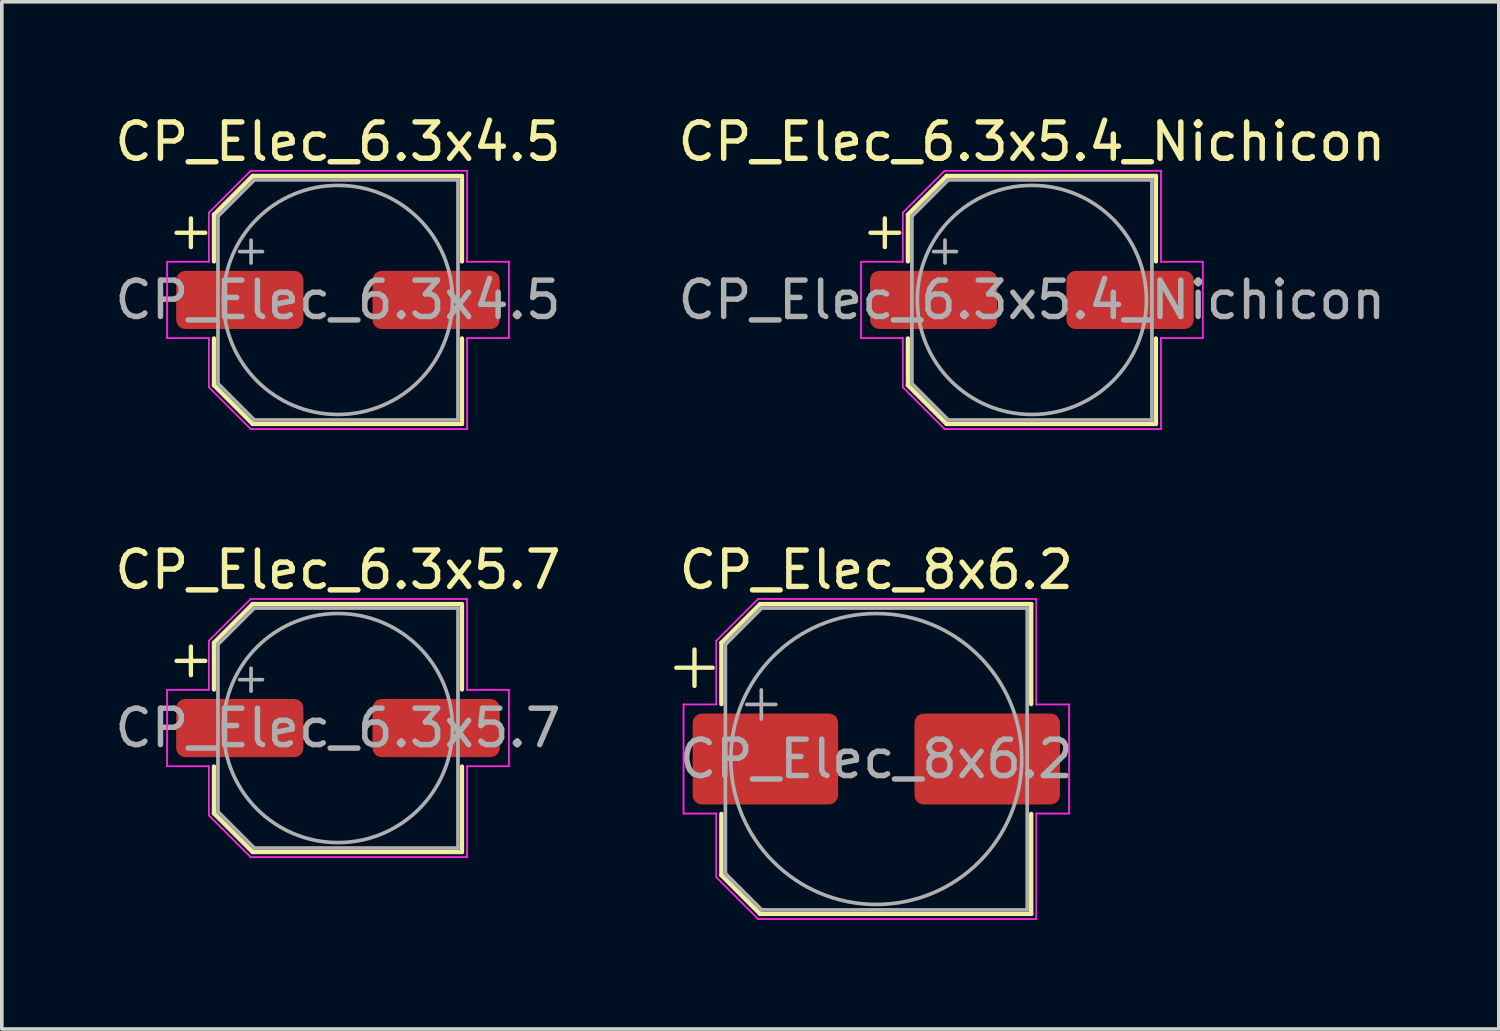
<source format=kicad_pcb>
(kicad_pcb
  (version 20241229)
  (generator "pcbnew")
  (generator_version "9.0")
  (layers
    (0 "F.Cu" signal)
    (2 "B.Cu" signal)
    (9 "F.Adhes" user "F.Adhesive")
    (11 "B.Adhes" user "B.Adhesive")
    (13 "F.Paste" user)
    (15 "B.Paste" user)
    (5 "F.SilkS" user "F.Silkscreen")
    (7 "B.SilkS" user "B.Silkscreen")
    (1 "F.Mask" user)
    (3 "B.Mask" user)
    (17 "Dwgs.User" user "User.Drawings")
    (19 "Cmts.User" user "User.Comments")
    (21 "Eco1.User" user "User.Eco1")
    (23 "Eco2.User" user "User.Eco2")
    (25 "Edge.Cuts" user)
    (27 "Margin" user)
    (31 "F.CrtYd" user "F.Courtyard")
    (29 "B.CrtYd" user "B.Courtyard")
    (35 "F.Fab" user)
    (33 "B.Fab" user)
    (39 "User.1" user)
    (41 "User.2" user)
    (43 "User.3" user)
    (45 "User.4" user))
  (footprint "CP_Elec_6.3x4.5"
    (layer "F.Cu")
    (at 6.244 5.198)
    (property "Reference" "CP_Elec_6.3x4.5" (at 0 -4.35 0) (layer "F.SilkS") (effects (font (size 1 1) (thickness 0.15))))
    (attr smd)
    (fp_line (start -4.438 -1.847) (end -3.65 -1.847) (stroke (width 0.12) (type solid)) (layer "F.SilkS"))
    (fp_line (start -4.044 -2.241) (end -4.044 -1.454) (stroke (width 0.12) (type solid)) (layer "F.SilkS"))
    (fp_line (start -3.41 -2.346) (end -3.41 -1.06) (stroke (width 0.12) (type solid)) (layer "F.SilkS"))
    (fp_line (start -3.41 -2.346) (end -2.346 -3.41) (stroke (width 0.12) (type solid)) (layer "F.SilkS"))
    (fp_line (start -3.41 2.346) (end -3.41 1.06) (stroke (width 0.12) (type solid)) (layer "F.SilkS"))
    (fp_line (start -3.41 2.346) (end -2.346 3.41) (stroke (width 0.12) (type solid)) (layer "F.SilkS"))
    (fp_line (start -2.346 -3.41) (end 3.41 -3.41) (stroke (width 0.12) (type solid)) (layer "F.SilkS"))
    (fp_line (start -2.346 3.41) (end 3.41 3.41) (stroke (width 0.12) (type solid)) (layer "F.SilkS"))
    (fp_line (start 3.41 -3.41) (end 3.41 -1.06) (stroke (width 0.12) (type solid)) (layer "F.SilkS"))
    (fp_line (start 3.41 3.41) (end 3.41 1.06) (stroke (width 0.12) (type solid)) (layer "F.SilkS"))
    (fp_line (start -4.7 -1.05) (end -4.7 1.05) (stroke (width 0.05) (type solid)) (layer "F.CrtYd"))
    (fp_line (start -4.7 1.05) (end -3.55 1.05) (stroke (width 0.05) (type solid)) (layer "F.CrtYd"))
    (fp_line (start -3.55 -2.4) (end -3.55 -1.05) (stroke (width 0.05) (type solid)) (layer "F.CrtYd"))
    (fp_line (start -3.55 -2.4) (end -2.4 -3.55) (stroke (width 0.05) (type solid)) (layer "F.CrtYd"))
    (fp_line (start -3.55 -1.05) (end -4.7 -1.05) (stroke (width 0.05) (type solid)) (layer "F.CrtYd"))
    (fp_line (start -3.55 1.05) (end -3.55 2.4) (stroke (width 0.05) (type solid)) (layer "F.CrtYd"))
    (fp_line (start -3.55 2.4) (end -2.4 3.55) (stroke (width 0.05) (type solid)) (layer "F.CrtYd"))
    (fp_line (start -2.4 -3.55) (end 3.55 -3.55) (stroke (width 0.05) (type solid)) (layer "F.CrtYd"))
    (fp_line (start -2.4 3.55) (end 3.55 3.55) (stroke (width 0.05) (type solid)) (layer "F.CrtYd"))
    (fp_line (start 3.55 -3.55) (end 3.55 -1.05) (stroke (width 0.05) (type solid)) (layer "F.CrtYd"))
    (fp_line (start 3.55 -1.05) (end 4.7 -1.05) (stroke (width 0.05) (type solid)) (layer "F.CrtYd"))
    (fp_line (start 3.55 1.05) (end 3.55 3.55) (stroke (width 0.05) (type solid)) (layer "F.CrtYd"))
    (fp_line (start 4.7 -1.05) (end 4.7 1.05) (stroke (width 0.05) (type solid)) (layer "F.CrtYd"))
    (fp_line (start 4.7 1.05) (end 3.55 1.05) (stroke (width 0.05) (type solid)) (layer "F.CrtYd"))
    (fp_line (start -3.3 -2.3) (end -3.3 2.3) (stroke (width 0.1) (type solid)) (layer "F.Fab"))
    (fp_line (start -3.3 -2.3) (end -2.3 -3.3) (stroke (width 0.1) (type solid)) (layer "F.Fab"))
    (fp_line (start -3.3 2.3) (end -2.3 3.3) (stroke (width 0.1) (type solid)) (layer "F.Fab"))
    (fp_line (start -2.705 -1.33) (end -2.075 -1.33) (stroke (width 0.1) (type solid)) (layer "F.Fab"))
    (fp_line (start -2.39 -1.645) (end -2.39 -1.015) (stroke (width 0.1) (type solid)) (layer "F.Fab"))
    (fp_line (start -2.3 -3.3) (end 3.3 -3.3) (stroke (width 0.1) (type solid)) (layer "F.Fab"))
    (fp_line (start -2.3 3.3) (end 3.3 3.3) (stroke (width 0.1) (type solid)) (layer "F.Fab"))
    (fp_line (start 3.3 -3.3) (end 3.3 3.3) (stroke (width 0.1) (type solid)) (layer "F.Fab"))
    (fp_circle (center 0 0) (end 3.15 0) (stroke (width 0.1) (type solid)) (fill no) (layer "F.Fab"))
    (fp_text user "${REFERENCE}" (at 0 0 0) (layer "F.Fab") (effects (font (size 1 1) (thickness 0.15))))
    (pad "1" smd roundrect (at -2.7 0) (size 3.5 1.6) (layers "F.Cu" "F.Mask" "F.Paste") (roundrect_rratio 0.156))
    (pad "2" smd roundrect (at 2.7 0) (size 3.5 1.6) (layers "F.Cu" "F.Mask" "F.Paste") (roundrect_rratio 0.156)))
  (footprint "CP_Elec_6.3x5.4_Nichicon"
    (layer "F.Cu")
    (at 25.327 5.198)
    (property "Reference" "CP_Elec_6.3x5.4_Nichicon" (at 0 -4.35 0) (layer "F.SilkS") (effects (font (size 1 1) (thickness 0.15))))
    (attr smd)
    (fp_line (start -4.438 -1.847) (end -3.65 -1.847) (stroke (width 0.12) (type solid)) (layer "F.SilkS"))
    (fp_line (start -4.044 -2.241) (end -4.044 -1.454) (stroke (width 0.12) (type solid)) (layer "F.SilkS"))
    (fp_line (start -3.41 -2.346) (end -3.41 -1.06) (stroke (width 0.12) (type solid)) (layer "F.SilkS"))
    (fp_line (start -3.41 -2.346) (end -2.346 -3.41) (stroke (width 0.12) (type solid)) (layer "F.SilkS"))
    (fp_line (start -3.41 2.346) (end -3.41 1.06) (stroke (width 0.12) (type solid)) (layer "F.SilkS"))
    (fp_line (start -3.41 2.346) (end -2.346 3.41) (stroke (width 0.12) (type solid)) (layer "F.SilkS"))
    (fp_line (start -2.346 -3.41) (end 3.41 -3.41) (stroke (width 0.12) (type solid)) (layer "F.SilkS"))
    (fp_line (start -2.346 3.41) (end 3.41 3.41) (stroke (width 0.12) (type solid)) (layer "F.SilkS"))
    (fp_line (start 3.41 -3.41) (end 3.41 -1.06) (stroke (width 0.12) (type solid)) (layer "F.SilkS"))
    (fp_line (start 3.41 3.41) (end 3.41 1.06) (stroke (width 0.12) (type solid)) (layer "F.SilkS"))
    (fp_line (start -4.7 -1.05) (end -4.7 1.05) (stroke (width 0.05) (type solid)) (layer "F.CrtYd"))
    (fp_line (start -4.7 1.05) (end -3.55 1.05) (stroke (width 0.05) (type solid)) (layer "F.CrtYd"))
    (fp_line (start -3.55 -2.4) (end -3.55 -1.05) (stroke (width 0.05) (type solid)) (layer "F.CrtYd"))
    (fp_line (start -3.55 -2.4) (end -2.4 -3.55) (stroke (width 0.05) (type solid)) (layer "F.CrtYd"))
    (fp_line (start -3.55 -1.05) (end -4.7 -1.05) (stroke (width 0.05) (type solid)) (layer "F.CrtYd"))
    (fp_line (start -3.55 1.05) (end -3.55 2.4) (stroke (width 0.05) (type solid)) (layer "F.CrtYd"))
    (fp_line (start -3.55 2.4) (end -2.4 3.55) (stroke (width 0.05) (type solid)) (layer "F.CrtYd"))
    (fp_line (start -2.4 -3.55) (end 3.55 -3.55) (stroke (width 0.05) (type solid)) (layer "F.CrtYd"))
    (fp_line (start -2.4 3.55) (end 3.55 3.55) (stroke (width 0.05) (type solid)) (layer "F.CrtYd"))
    (fp_line (start 3.55 -3.55) (end 3.55 -1.05) (stroke (width 0.05) (type solid)) (layer "F.CrtYd"))
    (fp_line (start 3.55 -1.05) (end 4.7 -1.05) (stroke (width 0.05) (type solid)) (layer "F.CrtYd"))
    (fp_line (start 3.55 1.05) (end 3.55 3.55) (stroke (width 0.05) (type solid)) (layer "F.CrtYd"))
    (fp_line (start 4.7 -1.05) (end 4.7 1.05) (stroke (width 0.05) (type solid)) (layer "F.CrtYd"))
    (fp_line (start 4.7 1.05) (end 3.55 1.05) (stroke (width 0.05) (type solid)) (layer "F.CrtYd"))
    (fp_line (start -3.3 -2.3) (end -3.3 2.3) (stroke (width 0.1) (type solid)) (layer "F.Fab"))
    (fp_line (start -3.3 -2.3) (end -2.3 -3.3) (stroke (width 0.1) (type solid)) (layer "F.Fab"))
    (fp_line (start -3.3 2.3) (end -2.3 3.3) (stroke (width 0.1) (type solid)) (layer "F.Fab"))
    (fp_line (start -2.705 -1.33) (end -2.075 -1.33) (stroke (width 0.1) (type solid)) (layer "F.Fab"))
    (fp_line (start -2.39 -1.645) (end -2.39 -1.015) (stroke (width 0.1) (type solid)) (layer "F.Fab"))
    (fp_line (start -2.3 -3.3) (end 3.3 -3.3) (stroke (width 0.1) (type solid)) (layer "F.Fab"))
    (fp_line (start -2.3 3.3) (end 3.3 3.3) (stroke (width 0.1) (type solid)) (layer "F.Fab"))
    (fp_line (start 3.3 -3.3) (end 3.3 3.3) (stroke (width 0.1) (type solid)) (layer "F.Fab"))
    (fp_circle (center 0 0) (end 3.15 0) (stroke (width 0.1) (type solid)) (fill no) (layer "F.Fab"))
    (fp_text user "${REFERENCE}" (at 0 0 0) (layer "F.Fab") (effects (font (size 1 1) (thickness 0.15))))
    (pad "1" smd roundrect (at -2.7 0) (size 3.5 1.6) (layers "F.Cu" "F.Mask" "F.Paste") (roundrect_rratio 0.156))
    (pad "2" smd roundrect (at 2.7 0) (size 3.5 1.6) (layers "F.Cu" "F.Mask" "F.Paste") (roundrect_rratio 0.156)))
  (footprint "CP_Elec_8x6.2"
    (layer "F.Cu")
    (at 21.048 17.822)
    (property "Reference" "CP_Elec_8x6.2" (at 0 -5.2 0) (layer "F.SilkS") (effects (font (size 1 1) (thickness 0.15))))
    (attr smd)
    (fp_line (start -5.5 -2.51) (end -4.5 -2.51) (stroke (width 0.12) (type solid)) (layer "F.SilkS"))
    (fp_line (start -5 -3.01) (end -5 -2.01) (stroke (width 0.12) (type solid)) (layer "F.SilkS"))
    (fp_line (start -4.26 -3.196) (end -4.26 -1.51) (stroke (width 0.12) (type solid)) (layer "F.SilkS"))
    (fp_line (start -4.26 -3.196) (end -3.196 -4.26) (stroke (width 0.12) (type solid)) (layer "F.SilkS"))
    (fp_line (start -4.26 3.196) (end -4.26 1.51) (stroke (width 0.12) (type solid)) (layer "F.SilkS"))
    (fp_line (start -4.26 3.196) (end -3.196 4.26) (stroke (width 0.12) (type solid)) (layer "F.SilkS"))
    (fp_line (start -3.196 -4.26) (end 4.26 -4.26) (stroke (width 0.12) (type solid)) (layer "F.SilkS"))
    (fp_line (start -3.196 4.26) (end 4.26 4.26) (stroke (width 0.12) (type solid)) (layer "F.SilkS"))
    (fp_line (start 4.26 -4.26) (end 4.26 -1.51) (stroke (width 0.12) (type solid)) (layer "F.SilkS"))
    (fp_line (start 4.26 4.26) (end 4.26 1.51) (stroke (width 0.12) (type solid)) (layer "F.SilkS"))
    (fp_line (start -5.3 -1.5) (end -5.3 1.5) (stroke (width 0.05) (type solid)) (layer "F.CrtYd"))
    (fp_line (start -5.3 1.5) (end -4.4 1.5) (stroke (width 0.05) (type solid)) (layer "F.CrtYd"))
    (fp_line (start -4.4 -3.25) (end -4.4 -1.5) (stroke (width 0.05) (type solid)) (layer "F.CrtYd"))
    (fp_line (start -4.4 -3.25) (end -3.25 -4.4) (stroke (width 0.05) (type solid)) (layer "F.CrtYd"))
    (fp_line (start -4.4 -1.5) (end -5.3 -1.5) (stroke (width 0.05) (type solid)) (layer "F.CrtYd"))
    (fp_line (start -4.4 1.5) (end -4.4 3.25) (stroke (width 0.05) (type solid)) (layer "F.CrtYd"))
    (fp_line (start -4.4 3.25) (end -3.25 4.4) (stroke (width 0.05) (type solid)) (layer "F.CrtYd"))
    (fp_line (start -3.25 -4.4) (end 4.4 -4.4) (stroke (width 0.05) (type solid)) (layer "F.CrtYd"))
    (fp_line (start -3.25 4.4) (end 4.4 4.4) (stroke (width 0.05) (type solid)) (layer "F.CrtYd"))
    (fp_line (start 4.4 -4.4) (end 4.4 -1.5) (stroke (width 0.05) (type solid)) (layer "F.CrtYd"))
    (fp_line (start 4.4 -1.5) (end 5.3 -1.5) (stroke (width 0.05) (type solid)) (layer "F.CrtYd"))
    (fp_line (start 4.4 1.5) (end 4.4 4.4) (stroke (width 0.05) (type solid)) (layer "F.CrtYd"))
    (fp_line (start 5.3 -1.5) (end 5.3 1.5) (stroke (width 0.05) (type solid)) (layer "F.CrtYd"))
    (fp_line (start 5.3 1.5) (end 4.4 1.5) (stroke (width 0.05) (type solid)) (layer "F.CrtYd"))
    (fp_line (start -4.15 -3.15) (end -4.15 3.15) (stroke (width 0.1) (type solid)) (layer "F.Fab"))
    (fp_line (start -4.15 -3.15) (end -3.15 -4.15) (stroke (width 0.1) (type solid)) (layer "F.Fab"))
    (fp_line (start -4.15 3.15) (end -3.15 4.15) (stroke (width 0.1) (type solid)) (layer "F.Fab"))
    (fp_line (start -3.562 -1.5) (end -2.762 -1.5) (stroke (width 0.1) (type solid)) (layer "F.Fab"))
    (fp_line (start -3.162 -1.9) (end -3.162 -1.1) (stroke (width 0.1) (type solid)) (layer "F.Fab"))
    (fp_line (start -3.15 -4.15) (end 4.15 -4.15) (stroke (width 0.1) (type solid)) (layer "F.Fab"))
    (fp_line (start -3.15 4.15) (end 4.15 4.15) (stroke (width 0.1) (type solid)) (layer "F.Fab"))
    (fp_line (start 4.15 -4.15) (end 4.15 4.15) (stroke (width 0.1) (type solid)) (layer "F.Fab"))
    (fp_circle (center 0 0) (end 4 0) (stroke (width 0.1) (type solid)) (fill no) (layer "F.Fab"))
    (fp_text user "${REFERENCE}" (at 0 0 0) (layer "F.Fab") (effects (font (size 1 1) (thickness 0.15))))
    (pad "1" smd roundrect (at -3.05 0) (size 4 2.5) (layers "F.Cu" "F.Mask" "F.Paste") (roundrect_rratio 0.1))
    (pad "2" smd roundrect (at 3.05 0) (size 4 2.5) (layers "F.Cu" "F.Mask" "F.Paste") (roundrect_rratio 0.1)))
  (footprint "CP_Elec_6.3x5.7"
    (layer "F.Cu")
    (at 6.244 16.971)
    (property "Reference" "CP_Elec_6.3x5.7" (at 0 -4.35 0) (layer "F.SilkS") (effects (font (size 1 1) (thickness 0.15))))
    (attr smd)
    (fp_line (start -4.438 -1.847) (end -3.65 -1.847) (stroke (width 0.12) (type solid)) (layer "F.SilkS"))
    (fp_line (start -4.044 -2.241) (end -4.044 -1.454) (stroke (width 0.12) (type solid)) (layer "F.SilkS"))
    (fp_line (start -3.41 -2.346) (end -3.41 -1.06) (stroke (width 0.12) (type solid)) (layer "F.SilkS"))
    (fp_line (start -3.41 -2.346) (end -2.346 -3.41) (stroke (width 0.12) (type solid)) (layer "F.SilkS"))
    (fp_line (start -3.41 2.346) (end -3.41 1.06) (stroke (width 0.12) (type solid)) (layer "F.SilkS"))
    (fp_line (start -3.41 2.346) (end -2.346 3.41) (stroke (width 0.12) (type solid)) (layer "F.SilkS"))
    (fp_line (start -2.346 -3.41) (end 3.41 -3.41) (stroke (width 0.12) (type solid)) (layer "F.SilkS"))
    (fp_line (start -2.346 3.41) (end 3.41 3.41) (stroke (width 0.12) (type solid)) (layer "F.SilkS"))
    (fp_line (start 3.41 -3.41) (end 3.41 -1.06) (stroke (width 0.12) (type solid)) (layer "F.SilkS"))
    (fp_line (start 3.41 3.41) (end 3.41 1.06) (stroke (width 0.12) (type solid)) (layer "F.SilkS"))
    (fp_line (start -4.7 -1.05) (end -4.7 1.05) (stroke (width 0.05) (type solid)) (layer "F.CrtYd"))
    (fp_line (start -4.7 1.05) (end -3.55 1.05) (stroke (width 0.05) (type solid)) (layer "F.CrtYd"))
    (fp_line (start -3.55 -2.4) (end -3.55 -1.05) (stroke (width 0.05) (type solid)) (layer "F.CrtYd"))
    (fp_line (start -3.55 -2.4) (end -2.4 -3.55) (stroke (width 0.05) (type solid)) (layer "F.CrtYd"))
    (fp_line (start -3.55 -1.05) (end -4.7 -1.05) (stroke (width 0.05) (type solid)) (layer "F.CrtYd"))
    (fp_line (start -3.55 1.05) (end -3.55 2.4) (stroke (width 0.05) (type solid)) (layer "F.CrtYd"))
    (fp_line (start -3.55 2.4) (end -2.4 3.55) (stroke (width 0.05) (type solid)) (layer "F.CrtYd"))
    (fp_line (start -2.4 -3.55) (end 3.55 -3.55) (stroke (width 0.05) (type solid)) (layer "F.CrtYd"))
    (fp_line (start -2.4 3.55) (end 3.55 3.55) (stroke (width 0.05) (type solid)) (layer "F.CrtYd"))
    (fp_line (start 3.55 -3.55) (end 3.55 -1.05) (stroke (width 0.05) (type solid)) (layer "F.CrtYd"))
    (fp_line (start 3.55 -1.05) (end 4.7 -1.05) (stroke (width 0.05) (type solid)) (layer "F.CrtYd"))
    (fp_line (start 3.55 1.05) (end 3.55 3.55) (stroke (width 0.05) (type solid)) (layer "F.CrtYd"))
    (fp_line (start 4.7 -1.05) (end 4.7 1.05) (stroke (width 0.05) (type solid)) (layer "F.CrtYd"))
    (fp_line (start 4.7 1.05) (end 3.55 1.05) (stroke (width 0.05) (type solid)) (layer "F.CrtYd"))
    (fp_line (start -3.3 -2.3) (end -3.3 2.3) (stroke (width 0.1) (type solid)) (layer "F.Fab"))
    (fp_line (start -3.3 -2.3) (end -2.3 -3.3) (stroke (width 0.1) (type solid)) (layer "F.Fab"))
    (fp_line (start -3.3 2.3) (end -2.3 3.3) (stroke (width 0.1) (type solid)) (layer "F.Fab"))
    (fp_line (start -2.705 -1.33) (end -2.075 -1.33) (stroke (width 0.1) (type solid)) (layer "F.Fab"))
    (fp_line (start -2.39 -1.645) (end -2.39 -1.015) (stroke (width 0.1) (type solid)) (layer "F.Fab"))
    (fp_line (start -2.3 -3.3) (end 3.3 -3.3) (stroke (width 0.1) (type solid)) (layer "F.Fab"))
    (fp_line (start -2.3 3.3) (end 3.3 3.3) (stroke (width 0.1) (type solid)) (layer "F.Fab"))
    (fp_line (start 3.3 -3.3) (end 3.3 3.3) (stroke (width 0.1) (type solid)) (layer "F.Fab"))
    (fp_circle (center 0 0) (end 3.15 0) (stroke (width 0.1) (type solid)) (fill no) (layer "F.Fab"))
    (fp_text user "${REFERENCE}" (at 0 0 0) (layer "F.Fab") (effects (font (size 1 1) (thickness 0.15))))
    (pad "1" smd roundrect (at -2.7 0) (size 3.5 1.6) (layers "F.Cu" "F.Mask" "F.Paste") (roundrect_rratio 0.156))
    (pad "2" smd roundrect (at 2.7 0) (size 3.5 1.6) (layers "F.Cu" "F.Mask" "F.Paste") (roundrect_rratio 0.156)))
  (gr_rect
    (start -3 -3)
    (end 38.167 25.247)
    (stroke (width 0.1) (type default))
    (fill no)
    (layer "Edge.Cuts")))
</source>
